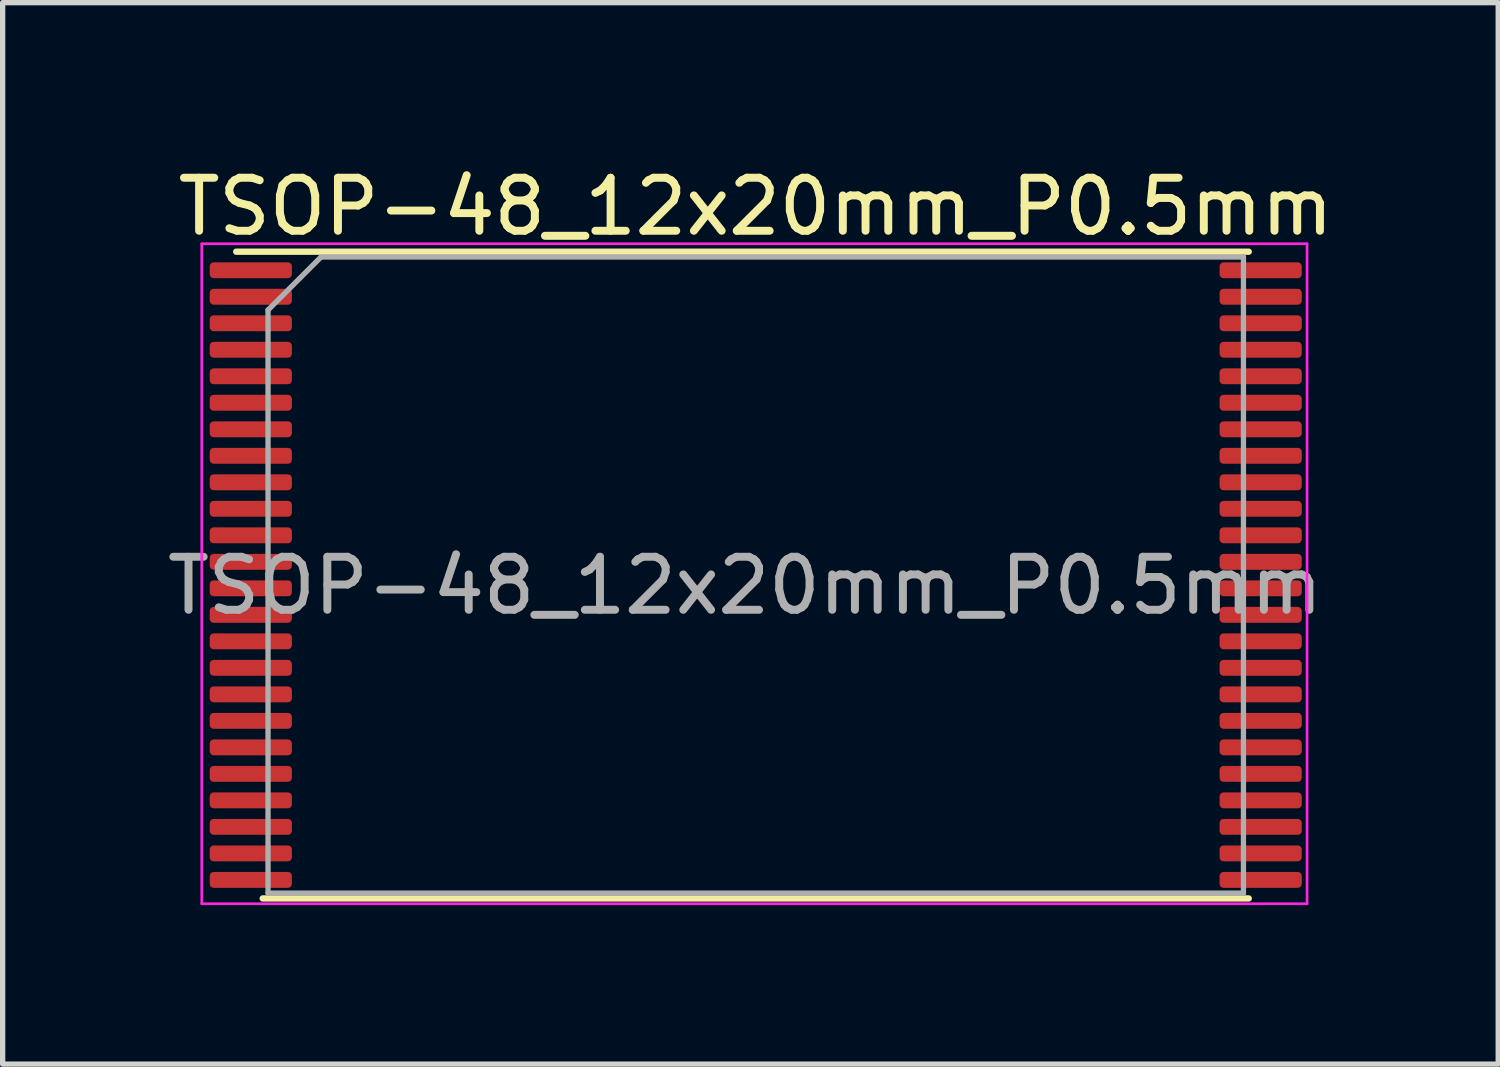
<source format=kicad_pcb>
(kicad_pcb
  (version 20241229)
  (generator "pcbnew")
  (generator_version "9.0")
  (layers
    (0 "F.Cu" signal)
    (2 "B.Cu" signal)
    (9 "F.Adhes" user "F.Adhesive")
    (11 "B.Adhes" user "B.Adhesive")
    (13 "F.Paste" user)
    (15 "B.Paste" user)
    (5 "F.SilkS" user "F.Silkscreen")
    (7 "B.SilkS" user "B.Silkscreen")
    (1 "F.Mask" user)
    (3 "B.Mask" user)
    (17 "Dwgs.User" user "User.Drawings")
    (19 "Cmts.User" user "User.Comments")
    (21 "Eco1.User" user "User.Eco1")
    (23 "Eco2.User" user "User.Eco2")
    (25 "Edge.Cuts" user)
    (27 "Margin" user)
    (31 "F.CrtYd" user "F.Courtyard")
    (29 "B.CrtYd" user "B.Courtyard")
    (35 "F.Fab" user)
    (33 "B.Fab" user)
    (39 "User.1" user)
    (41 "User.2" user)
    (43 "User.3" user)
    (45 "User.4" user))
  (footprint "TSOP-48_12x20mm_P0.5mm"
    (layer "F.Cu")
    (at 11.206 7.798)
    (property "Reference" "TSOP-48_12x20mm_P0.5mm" (at 0 -6.95 0) (layer "F.SilkS") (effects (font (size 1 1) (thickness 0.15))))
    (attr smd)
    (fp_line (start -9.8 -6.1) (end 9.3 -6.1) (stroke (width 0.12) (type solid)) (layer "F.SilkS"))
    (fp_line (start 9.3 6.1) (end -9.3 6.1) (stroke (width 0.12) (type solid)) (layer "F.SilkS"))
    (fp_line (start -10.45 -6.25) (end -10.45 6.2) (stroke (width 0.05) (type solid)) (layer "F.CrtYd"))
    (fp_line (start -10.45 6.2) (end 10.4 6.2) (stroke (width 0.05) (type solid)) (layer "F.CrtYd"))
    (fp_line (start 10.4 -6.25) (end -10.45 -6.25) (stroke (width 0.05) (type solid)) (layer "F.CrtYd"))
    (fp_line (start 10.4 6.2) (end 10.4 -6.25) (stroke (width 0.05) (type solid)) (layer "F.CrtYd"))
    (fp_line (start -9.2 -5) (end -8.2 -6) (stroke (width 0.1) (type solid)) (layer "F.Fab"))
    (fp_line (start -9.2 6) (end -9.2 -5) (stroke (width 0.1) (type solid)) (layer "F.Fab"))
    (fp_line (start -9.2 6) (end 9.2 6) (stroke (width 0.1) (type solid)) (layer "F.Fab"))
    (fp_line (start -8.2 -6) (end 9.2 -6) (stroke (width 0.1) (type solid)) (layer "F.Fab"))
    (fp_line (start 9.2 -6) (end 9.2 6) (stroke (width 0.1) (type solid)) (layer "F.Fab"))
    (fp_text user "${REFERENCE}" (at -0.2 0.2 0) (layer "F.Fab") (effects (font (size 1 1) (thickness 0.15))))
    (pad "1" smd roundrect (at -9.525 -5.75) (size 1.55 0.3) (layers "F.Cu" "F.Mask" "F.Paste") (roundrect_rratio 0.25))
    (pad "2" smd roundrect (at -9.525 -5.25) (size 1.55 0.3) (layers "F.Cu" "F.Mask" "F.Paste") (roundrect_rratio 0.25))
    (pad "3" smd roundrect (at -9.525 -4.75) (size 1.55 0.3) (layers "F.Cu" "F.Mask" "F.Paste") (roundrect_rratio 0.25))
    (pad "4" smd roundrect (at -9.525 -4.25) (size 1.55 0.3) (layers "F.Cu" "F.Mask" "F.Paste") (roundrect_rratio 0.25))
    (pad "5" smd roundrect (at -9.525 -3.75) (size 1.55 0.3) (layers "F.Cu" "F.Mask" "F.Paste") (roundrect_rratio 0.25))
    (pad "6" smd roundrect (at -9.525 -3.25) (size 1.55 0.3) (layers "F.Cu" "F.Mask" "F.Paste") (roundrect_rratio 0.25))
    (pad "7" smd roundrect (at -9.525 -2.75) (size 1.55 0.3) (layers "F.Cu" "F.Mask" "F.Paste") (roundrect_rratio 0.25))
    (pad "8" smd roundrect (at -9.525 -2.25) (size 1.55 0.3) (layers "F.Cu" "F.Mask" "F.Paste") (roundrect_rratio 0.25))
    (pad "9" smd roundrect (at -9.525 -1.75) (size 1.55 0.3) (layers "F.Cu" "F.Mask" "F.Paste") (roundrect_rratio 0.25))
    (pad "10" smd roundrect (at -9.525 -1.25) (size 1.55 0.3) (layers "F.Cu" "F.Mask" "F.Paste") (roundrect_rratio 0.25))
    (pad "11" smd roundrect (at -9.525 -0.75) (size 1.55 0.3) (layers "F.Cu" "F.Mask" "F.Paste") (roundrect_rratio 0.25))
    (pad "12" smd roundrect (at -9.525 -0.25) (size 1.55 0.3) (layers "F.Cu" "F.Mask" "F.Paste") (roundrect_rratio 0.25))
    (pad "13" smd roundrect (at -9.525 0.25) (size 1.55 0.3) (layers "F.Cu" "F.Mask" "F.Paste") (roundrect_rratio 0.25))
    (pad "14" smd roundrect (at -9.525 0.75) (size 1.55 0.3) (layers "F.Cu" "F.Mask" "F.Paste") (roundrect_rratio 0.25))
    (pad "15" smd roundrect (at -9.525 1.25) (size 1.55 0.3) (layers "F.Cu" "F.Mask" "F.Paste") (roundrect_rratio 0.25))
    (pad "16" smd roundrect (at -9.525 1.75) (size 1.55 0.3) (layers "F.Cu" "F.Mask" "F.Paste") (roundrect_rratio 0.25))
    (pad "17" smd roundrect (at -9.525 2.25 180) (size 1.55 0.3) (layers "F.Cu" "F.Mask" "F.Paste") (roundrect_rratio 0.25))
    (pad "18" smd roundrect (at -9.525 2.75 180) (size 1.55 0.3) (layers "F.Cu" "F.Mask" "F.Paste") (roundrect_rratio 0.25))
    (pad "19" smd roundrect (at -9.525 3.25 180) (size 1.55 0.3) (layers "F.Cu" "F.Mask" "F.Paste") (roundrect_rratio 0.25))
    (pad "20" smd roundrect (at -9.525 3.75 180) (size 1.55 0.3) (layers "F.Cu" "F.Mask" "F.Paste") (roundrect_rratio 0.25))
    (pad "21" smd roundrect (at -9.525 4.25 180) (size 1.55 0.3) (layers "F.Cu" "F.Mask" "F.Paste") (roundrect_rratio 0.25))
    (pad "22" smd roundrect (at -9.525 4.75 180) (size 1.55 0.3) (layers "F.Cu" "F.Mask" "F.Paste") (roundrect_rratio 0.25))
    (pad "23" smd roundrect (at -9.525 5.25 180) (size 1.55 0.3) (layers "F.Cu" "F.Mask" "F.Paste") (roundrect_rratio 0.25))
    (pad "24" smd roundrect (at -9.525 5.75 180) (size 1.55 0.3) (layers "F.Cu" "F.Mask" "F.Paste") (roundrect_rratio 0.25))
    (pad "25" smd roundrect (at 9.525 5.75 180) (size 1.55 0.3) (layers "F.Cu" "F.Mask" "F.Paste") (roundrect_rratio 0.25))
    (pad "26" smd roundrect (at 9.525 5.25 180) (size 1.55 0.3) (layers "F.Cu" "F.Mask" "F.Paste") (roundrect_rratio 0.25))
    (pad "27" smd roundrect (at 9.525 4.75 180) (size 1.55 0.3) (layers "F.Cu" "F.Mask" "F.Paste") (roundrect_rratio 0.25))
    (pad "28" smd roundrect (at 9.525 4.25 180) (size 1.55 0.3) (layers "F.Cu" "F.Mask" "F.Paste") (roundrect_rratio 0.25))
    (pad "29" smd roundrect (at 9.525 3.75 180) (size 1.55 0.3) (layers "F.Cu" "F.Mask" "F.Paste") (roundrect_rratio 0.25))
    (pad "30" smd roundrect (at 9.525 3.25 180) (size 1.55 0.3) (layers "F.Cu" "F.Mask" "F.Paste") (roundrect_rratio 0.25))
    (pad "31" smd roundrect (at 9.525 2.75 180) (size 1.55 0.3) (layers "F.Cu" "F.Mask" "F.Paste") (roundrect_rratio 0.25))
    (pad "32" smd roundrect (at 9.525 2.25 180) (size 1.55 0.3) (layers "F.Cu" "F.Mask" "F.Paste") (roundrect_rratio 0.25))
    (pad "33" smd roundrect (at 9.525 1.75 180) (size 1.55 0.3) (layers "F.Cu" "F.Mask" "F.Paste") (roundrect_rratio 0.25))
    (pad "34" smd roundrect (at 9.525 1.25 180) (size 1.55 0.3) (layers "F.Cu" "F.Mask" "F.Paste") (roundrect_rratio 0.25))
    (pad "35" smd roundrect (at 9.525 0.75 180) (size 1.55 0.3) (layers "F.Cu" "F.Mask" "F.Paste") (roundrect_rratio 0.25))
    (pad "36" smd roundrect (at 9.525 0.25 180) (size 1.55 0.3) (layers "F.Cu" "F.Mask" "F.Paste") (roundrect_rratio 0.25))
    (pad "37" smd roundrect (at 9.525 -0.25 180) (size 1.55 0.3) (layers "F.Cu" "F.Mask" "F.Paste") (roundrect_rratio 0.25))
    (pad "38" smd roundrect (at 9.525 -0.75 180) (size 1.55 0.3) (layers "F.Cu" "F.Mask" "F.Paste") (roundrect_rratio 0.25))
    (pad "39" smd roundrect (at 9.525 -1.25 180) (size 1.55 0.3) (layers "F.Cu" "F.Mask" "F.Paste") (roundrect_rratio 0.25))
    (pad "40" smd roundrect (at 9.525 -1.75 180) (size 1.55 0.3) (layers "F.Cu" "F.Mask" "F.Paste") (roundrect_rratio 0.25))
    (pad "41" smd roundrect (at 9.525 -2.25 180) (size 1.55 0.3) (layers "F.Cu" "F.Mask" "F.Paste") (roundrect_rratio 0.25))
    (pad "42" smd roundrect (at 9.525 -2.75 180) (size 1.55 0.3) (layers "F.Cu" "F.Mask" "F.Paste") (roundrect_rratio 0.25))
    (pad "43" smd roundrect (at 9.525 -3.25 180) (size 1.55 0.3) (layers "F.Cu" "F.Mask" "F.Paste") (roundrect_rratio 0.25))
    (pad "44" smd roundrect (at 9.525 -3.75 180) (size 1.55 0.3) (layers "F.Cu" "F.Mask" "F.Paste") (roundrect_rratio 0.25))
    (pad "45" smd roundrect (at 9.525 -4.25 180) (size 1.55 0.3) (layers "F.Cu" "F.Mask" "F.Paste") (roundrect_rratio 0.25))
    (pad "46" smd roundrect (at 9.525 -4.75 180) (size 1.55 0.3) (layers "F.Cu" "F.Mask" "F.Paste") (roundrect_rratio 0.25))
    (pad "47" smd roundrect (at 9.525 -5.25 180) (size 1.55 0.3) (layers "F.Cu" "F.Mask" "F.Paste") (roundrect_rratio 0.25))
    (pad "48" smd roundrect (at 9.525 -5.75 180) (size 1.55 0.3) (layers "F.Cu" "F.Mask" "F.Paste") (roundrect_rratio 0.25)))
  (gr_rect
    (start -3 -3)
    (end 25.212 17.023)
    (stroke (width 0.1) (type default))
    (fill no)
    (layer "Edge.Cuts")))
</source>
